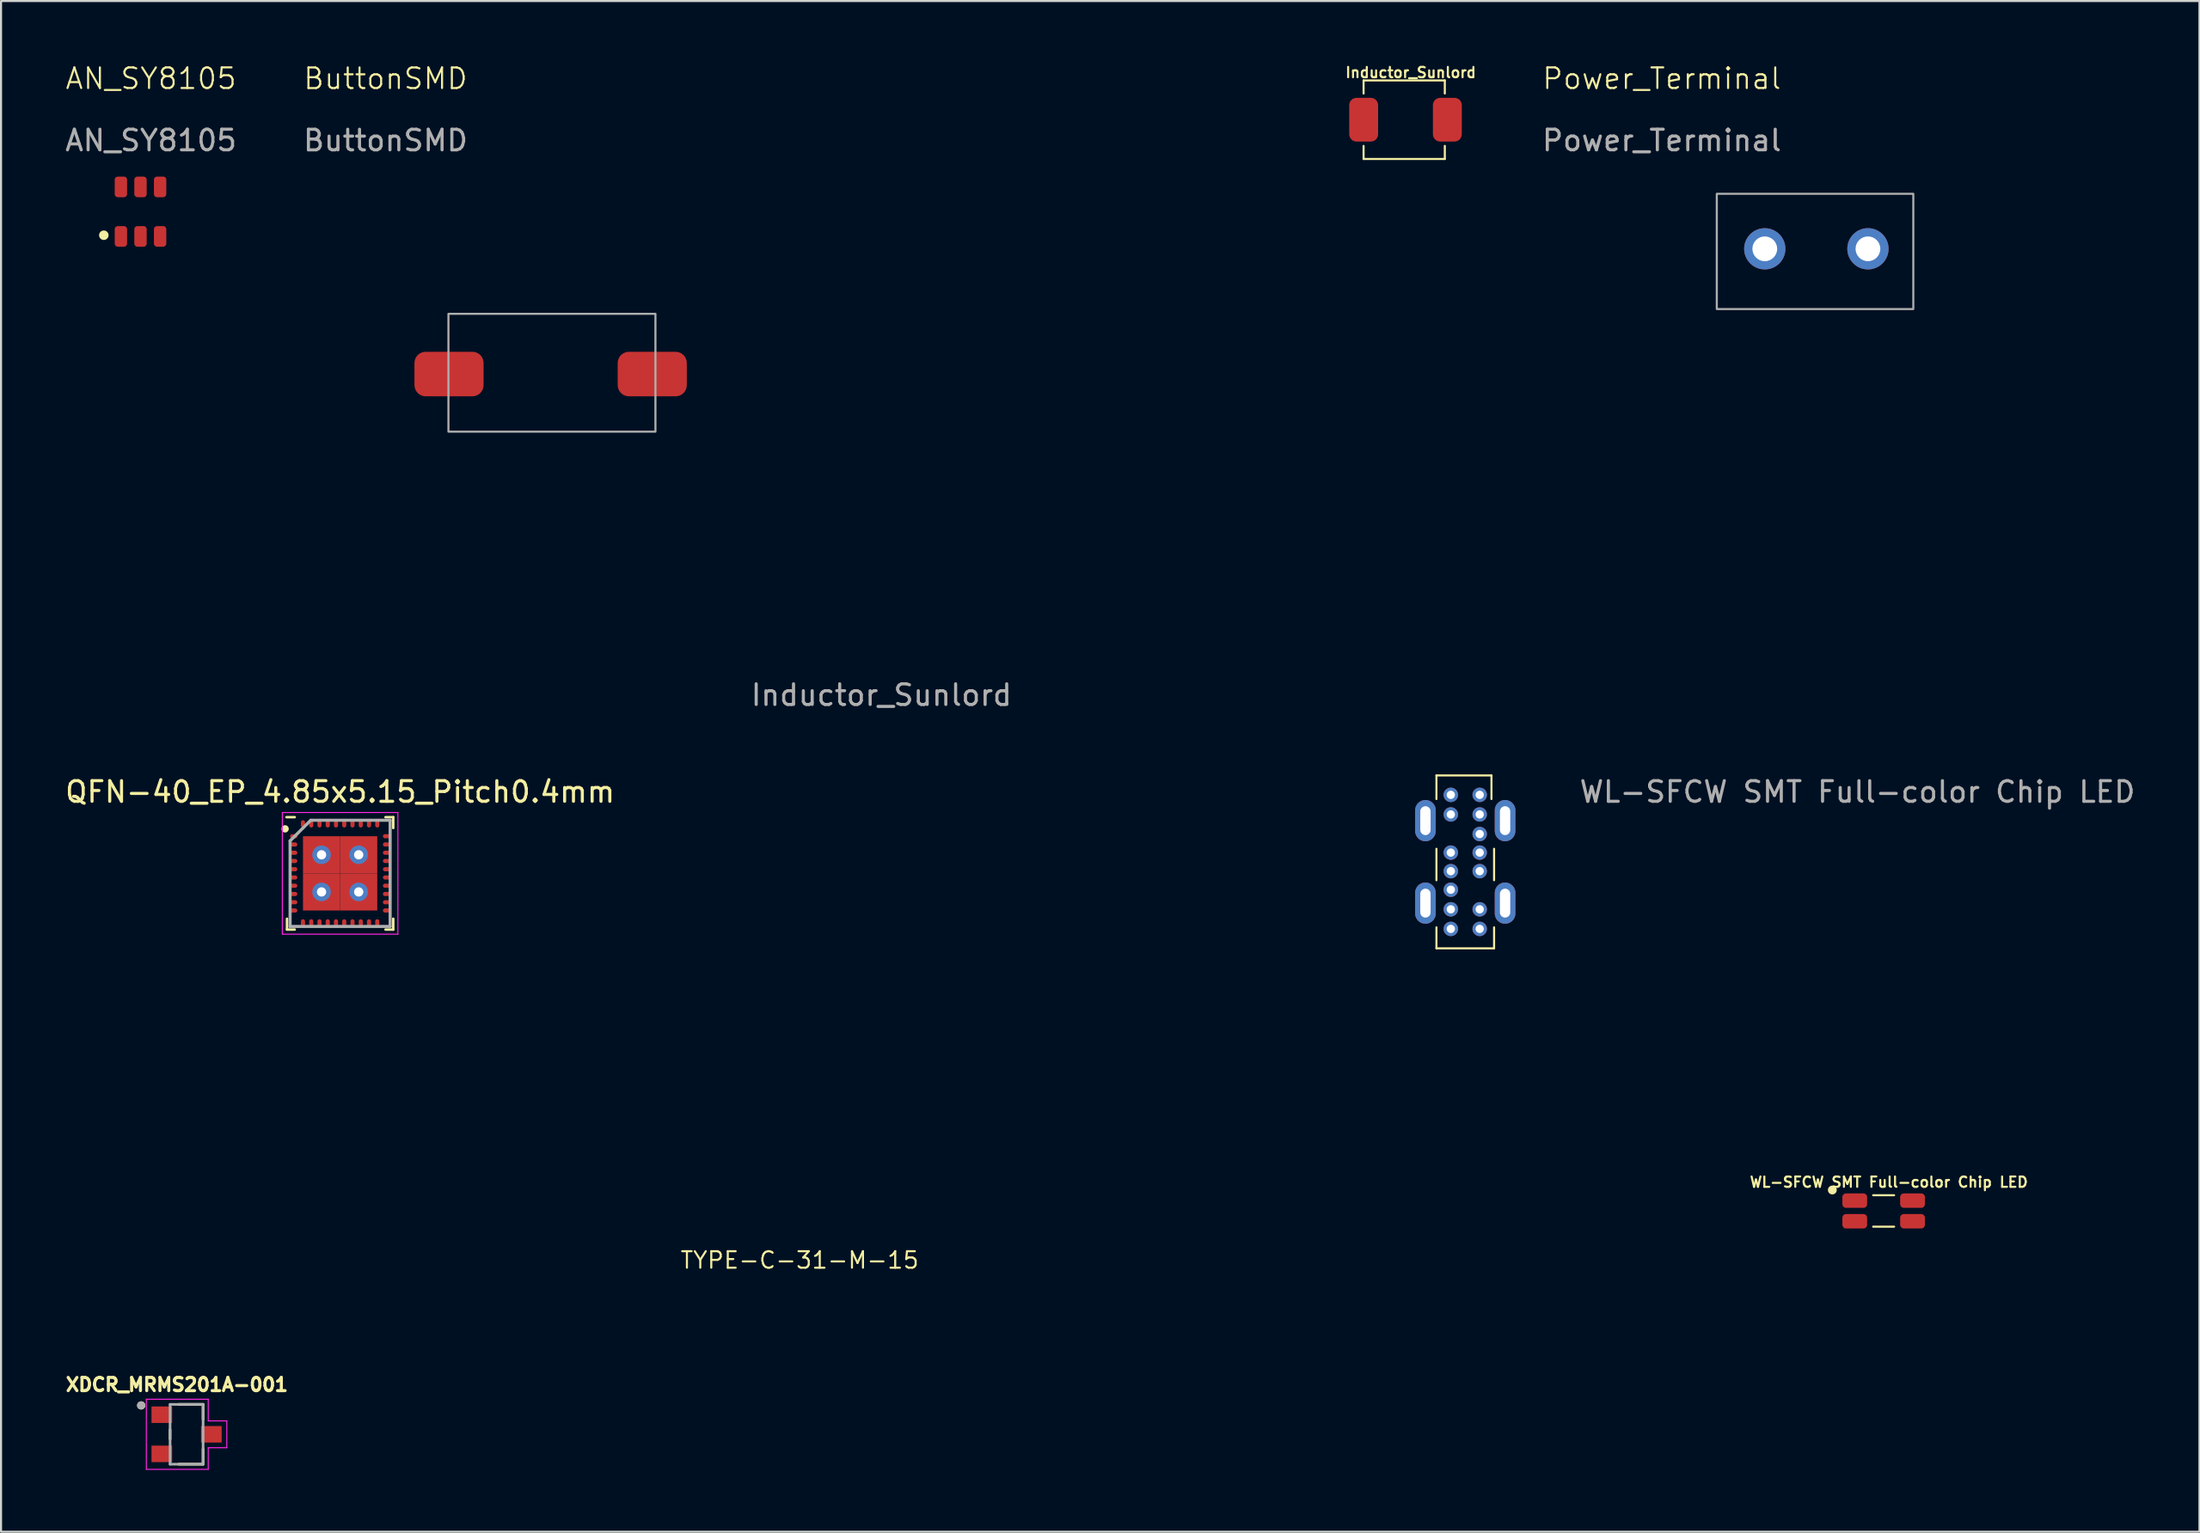
<source format=kicad_pcb>
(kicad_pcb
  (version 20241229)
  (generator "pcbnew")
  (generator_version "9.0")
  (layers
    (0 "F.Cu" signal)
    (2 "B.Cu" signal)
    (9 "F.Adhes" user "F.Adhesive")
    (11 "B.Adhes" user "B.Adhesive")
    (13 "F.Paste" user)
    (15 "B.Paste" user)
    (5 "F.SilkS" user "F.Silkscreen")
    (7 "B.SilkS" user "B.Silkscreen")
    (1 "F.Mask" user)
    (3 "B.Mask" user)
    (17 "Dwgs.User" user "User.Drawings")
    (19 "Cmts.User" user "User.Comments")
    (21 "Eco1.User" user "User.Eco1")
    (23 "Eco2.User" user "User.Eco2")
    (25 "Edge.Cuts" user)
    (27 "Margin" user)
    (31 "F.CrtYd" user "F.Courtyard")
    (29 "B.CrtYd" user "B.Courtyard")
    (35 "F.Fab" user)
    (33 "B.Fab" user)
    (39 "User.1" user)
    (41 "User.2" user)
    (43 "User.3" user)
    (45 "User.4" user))
  (footprint "WL-SFCW SMT Full-color Chip LED"
    (layer "F.Cu")
    (at 88.246 55.67)
    (property "Reference" "WL-SFCW SMT Full-color Chip LED" (at 0.254 -1.397 0) (unlocked yes) (layer "F.SilkS") (effects (font (size 0.5 0.5) (thickness 0.1))))
    (attr smd)
    (fp_line (start -0.508 -0.762) (end 0.508 -0.762) (stroke (width 0.1) (type default)) (layer "F.SilkS"))
    (fp_line (start -0.508 0.762) (end 0.508 0.762) (stroke (width 0.1) (type default)) (layer "F.SilkS"))
    (fp_circle (center -2.487 -1.016) (end -2.308 -1.016) (stroke (width 0.07) (type solid)) (fill yes) (layer "F.SilkS"))
    (fp_text user "${REFERENCE}" (at -1.27 -20.32 0) (unlocked yes) (layer "F.Fab") (effects (font (size 1 1) (thickness 0.15))))
    (pad "1" smd roundrect (at -1.4 -0.5) (size 1.2 0.7) (layers "F.Cu" "F.Mask" "F.Paste") (roundrect_rratio 0.25))
    (pad "2" smd roundrect (at 1.4 -0.5) (size 1.2 0.7) (layers "F.Cu" "F.Mask" "F.Paste") (roundrect_rratio 0.25))
    (pad "3" smd roundrect (at 1.4 0.5) (size 1.2 0.7) (layers "F.Cu" "F.Mask" "F.Paste") (roundrect_rratio 0.25))
    (pad "4" smd roundrect (at -1.4 0.5) (size 1.2 0.7) (layers "F.Cu" "F.Mask" "F.Paste") (roundrect_rratio 0.25)))
  (footprint "AN_SY8105"
    (layer "F.Cu")
    (at 3.76 7.213)
    (property "Reference" "AN_SY8105" (at 0.508 -6.453 0) (unlocked yes) (layer "F.SilkS") (effects (font (size 1 1) (thickness 0.1))))
    (attr smd)
    (fp_circle (center -1.778 1.143) (end -1.598 1.143) (stroke (width 0.1) (type solid)) (fill yes) (layer "F.SilkS"))
    (fp_text user "${REFERENCE}" (at 0.508 -3.453 0) (unlocked yes) (layer "F.Fab") (effects (font (size 1 1) (thickness 0.15))))
    (pad "1" smd roundrect (at -0.95 1.2 90) (size 1 0.6) (layers "F.Cu" "F.Mask" "F.Paste") (roundrect_rratio 0.25))
    (pad "2" smd roundrect (at 0 1.2 90) (size 1 0.6) (layers "F.Cu" "F.Mask" "F.Paste") (roundrect_rratio 0.25))
    (pad "3" smd roundrect (at 0.95 1.2 90) (size 1 0.6) (layers "F.Cu" "F.Mask" "F.Paste") (roundrect_rratio 0.25))
    (pad "4" smd roundrect (at 0.95 -1.2 90) (size 1 0.6) (layers "F.Cu" "F.Mask" "F.Paste") (roundrect_rratio 0.25))
    (pad "5" smd roundrect (at 0 -1.2 90) (size 1 0.6) (layers "F.Cu" "F.Mask" "F.Paste") (roundrect_rratio 0.25))
    (pad "6" smd roundrect (at -0.95 -1.2 90) (size 1 0.6) (layers "F.Cu" "F.Mask" "F.Paste") (roundrect_rratio 0.25)))
  (footprint "XDCR_MRMS201A-001"
    (layer "F.Cu")
    (at 5.993 66.5)
    (property "Reference" "XDCR_MRMS201A-001" (at -0.468 -2.406 0) (layer "F.SilkS") (effects (font (size 0.64 0.64) (thickness 0.15))))
    (attr smd)
    (fp_line (start -0.8 -0.23) (end -0.8 0.23) (stroke (width 0.127) (type solid)) (layer "F.SilkS"))
    (fp_line (start 0.8 -1.45) (end -0.38 -1.45) (stroke (width 0.127) (type solid)) (layer "F.SilkS"))
    (fp_line (start 0.8 -0.72) (end 0.8 -1.45) (stroke (width 0.127) (type solid)) (layer "F.SilkS"))
    (fp_line (start 0.8 0.72) (end 0.8 1.45) (stroke (width 0.127) (type solid)) (layer "F.SilkS"))
    (fp_line (start 0.8 1.45) (end -0.38 1.45) (stroke (width 0.127) (type solid)) (layer "F.SilkS"))
    (fp_circle (center -2.2 -1.4) (end -2.1 -1.4) (stroke (width 0.2) (type solid)) (fill no) (layer "F.SilkS"))
    (fp_line (start -1.95 -1.7) (end -1.95 1.7) (stroke (width 0.05) (type solid)) (layer "F.CrtYd"))
    (fp_line (start -1.95 1.7) (end 1.05 1.7) (stroke (width 0.05) (type solid)) (layer "F.CrtYd"))
    (fp_line (start 1.05 -1.7) (end -1.95 -1.7) (stroke (width 0.05) (type solid)) (layer "F.CrtYd"))
    (fp_line (start 1.05 -0.65) (end 1.05 -1.7) (stroke (width 0.05) (type solid)) (layer "F.CrtYd"))
    (fp_line (start 1.05 0.65) (end 1.95 0.65) (stroke (width 0.05) (type solid)) (layer "F.CrtYd"))
    (fp_line (start 1.05 1.7) (end 1.05 0.65) (stroke (width 0.05) (type solid)) (layer "F.CrtYd"))
    (fp_line (start 1.95 -0.65) (end 1.05 -0.65) (stroke (width 0.05) (type solid)) (layer "F.CrtYd"))
    (fp_line (start 1.95 0.65) (end 1.95 -0.65) (stroke (width 0.05) (type solid)) (layer "F.CrtYd"))
    (fp_line (start -0.8 -1.45) (end 0.8 -1.45) (stroke (width 0.127) (type solid)) (layer "F.Fab"))
    (fp_line (start -0.8 1.45) (end -0.8 -1.45) (stroke (width 0.127) (type solid)) (layer "F.Fab"))
    (fp_line (start 0.8 -1.45) (end 0.8 1.45) (stroke (width 0.127) (type solid)) (layer "F.Fab"))
    (fp_line (start 0.8 1.45) (end -0.8 1.45) (stroke (width 0.127) (type solid)) (layer "F.Fab"))
    (fp_circle (center -2.2 -1.4) (end -2.1 -1.4) (stroke (width 0.2) (type solid)) (fill no) (layer "F.Fab"))
    (pad "1" smd rect (at -1.2 -0.95) (size 1 0.8) (layers "F.Cu" "F.Mask" "F.Paste"))
    (pad "2" smd rect (at 1.2 0) (size 1 0.8) (layers "F.Cu" "F.Mask" "F.Paste"))
    (pad "3" smd rect (at -1.2 0.95) (size 1 0.8) (layers "F.Cu" "F.Mask" "F.Paste")))
  (footprint "TYPE-C-31-M-15"
    (layer "F.Cu")
    (at 35.71 60.206)
    (property "Reference" "TYPE-C-31-M-15" (at 0 -2.15 180) (layer "F.SilkS") (effects (font (size 0.8 0.8) (thickness 0.1))))
    (attr smd)
    (fp_line (start 30.861 -24.511) (end 30.861 -25.654) (stroke (width 0.1) (type default)) (layer "F.SilkS"))
    (fp_line (start 30.861 -22.098) (end 30.861 -20.574) (stroke (width 0.1) (type default)) (layer "F.SilkS"))
    (fp_line (start 30.861 -18.288) (end 30.861 -17.272) (stroke (width 0.1) (type default)) (layer "F.SilkS"))
    (fp_line (start 30.861 -17.272) (end 33.655 -17.272) (stroke (width 0.1) (type default)) (layer "F.SilkS"))
    (fp_line (start 33.528 -25.654) (end 30.861 -25.654) (stroke (width 0.1) (type default)) (layer "F.SilkS"))
    (fp_line (start 33.528 -25.654) (end 33.528 -24.511) (stroke (width 0.1) (type default)) (layer "F.SilkS"))
    (fp_line (start 33.655 -20.574) (end 33.655 -22.098) (stroke (width 0.1) (type default)) (layer "F.SilkS"))
    (fp_line (start 33.655 -17.272) (end 33.655 -18.288) (stroke (width 0.1) (type default)) (layer "F.SilkS"))
    (pad "1" thru_hole oval (at 32.958 -24.713 180) (size 0.7 0.7) (drill 0.4) (layers "*.Cu" "*.Mask"))
    (pad "2" thru_hole oval (at 32.958 -23.763 180) (size 0.7 0.7) (drill 0.4) (layers "*.Cu" "*.Mask"))
    (pad "3" thru_hole oval (at 32.958 -22.813 180) (size 0.7 0.7) (drill 0.4) (layers "*.Cu" "*.Mask"))
    (pad "4" thru_hole oval (at 32.958 -21.913 180) (size 0.7 0.7) (drill 0.4) (layers "*.Cu" "*.Mask"))
    (pad "5" thru_hole oval (at 32.958 -21.013 180) (size 0.7 0.7) (drill 0.4) (layers "*.Cu" "*.Mask"))
    (pad "7" thru_hole oval (at 32.958 -19.163 180) (size 0.7 0.7) (drill 0.4) (layers "*.Cu" "*.Mask"))
    (pad "8" thru_hole oval (at 32.958 -18.213 180) (size 0.7 0.7) (drill 0.4) (layers "*.Cu" "*.Mask"))
    (pad "9" thru_hole oval (at 31.558 -18.213 180) (size 0.7 0.7) (drill 0.4) (layers "*.Cu" "*.Mask"))
    (pad "10" thru_hole oval (at 31.558 -19.163 180) (size 0.7 0.7) (drill 0.4) (layers "*.Cu" "*.Mask"))
    (pad "11" thru_hole oval (at 31.558 -20.113 180) (size 0.7 0.7) (drill 0.4) (layers "*.Cu" "*.Mask"))
    (pad "12" thru_hole oval (at 31.558 -21.013 180) (size 0.7 0.7) (drill 0.4) (layers "*.Cu" "*.Mask"))
    (pad "13" thru_hole oval (at 31.558 -21.913 180) (size 0.7 0.7) (drill 0.4) (layers "*.Cu" "*.Mask"))
    (pad "15" thru_hole oval (at 31.558 -23.763 180) (size 0.7 0.7) (drill 0.4) (layers "*.Cu" "*.Mask"))
    (pad "16" thru_hole oval (at 31.558 -24.713 180) (size 0.7 0.7) (drill 0.4) (layers "*.Cu" "*.Mask"))
    (pad "S1" thru_hole oval (at 30.328 -23.463 180) (size 1 2) (drill oval 0.5 1.4) (layers "*.Cu" "*.Mask"))
    (pad "S1" thru_hole oval (at 30.328 -19.463 180) (size 1 2) (drill oval 0.5 1.4) (layers "*.Cu" "*.Mask"))
    (pad "S1" thru_hole oval (at 34.188 -23.463 180) (size 1 2) (drill oval 0.5 1.4) (layers "*.Cu" "*.Mask"))
    (pad "S1" thru_hole oval (at 34.188 -19.463 180) (size 1 2) (drill oval 0.5 1.4) (layers "*.Cu" "*.Mask")))
  (footprint "ButtonSMD"
    (layer "F.Cu")
    (at 23.638 15.088)
    (property "Reference" "ButtonSMD" (at -8.001 -14.327 0) (unlocked yes) (layer "F.SilkS") (effects (font (size 1 1) (thickness 0.1))))
    (attr smd)
    (fp_rect (start -4.953 -2.921) (end 5.08 2.794) (stroke (width 0.1) (type default)) (fill no) (layer "F.Fab"))
    (fp_text user "${REFERENCE}" (at -8.001 -11.327 0) (unlocked yes) (layer "F.Fab") (effects (font (size 1 1) (thickness 0.15))))
    (pad "1" smd roundrect (at -4.925 0) (size 3.35 2.16) (layers "F.Cu" "F.Mask" "F.Paste") (roundrect_rratio 0.25))
    (pad "2" smd roundrect (at 4.925 0) (size 3.35 2.16) (layers "F.Cu" "F.Mask" "F.Paste") (roundrect_rratio 0.25)))
  (footprint "Power_Terminal"
    (layer "F.Cu")
    (at 84.985 9.015)
    (property "Reference" "Power_Terminal" (at -7.493 -8.255 0) (unlocked yes) (layer "F.SilkS") (effects (font (size 1 1) (thickness 0.1))))
    (attr through_hole)
    (fp_rect (start -4.826 -2.667) (end 4.699 2.921) (stroke (width 0.1) (type default)) (fill no) (layer "F.Fab"))
    (fp_text user "${REFERENCE}" (at -7.493 -5.255 0) (unlocked yes) (layer "F.Fab") (effects (font (size 1 1) (thickness 0.15))))
    (pad "1" thru_hole circle (at -2.5 0) (size 2 2) (drill 1.2) (layers "*.Cu" "*.Mask"))
    (pad "2" thru_hole circle (at 2.5 0) (size 2 2) (drill 1.2) (layers "*.Cu" "*.Mask")))
  (footprint "Inductor_Sunlord"
    (layer "F.Cu")
    (at 65.072 2.754)
    (property "Reference" "Inductor_Sunlord" (at 0.254 -2.286 0) (unlocked yes) (layer "F.SilkS") (effects (font (size 0.5 0.5) (thickness 0.1) (bold yes))))
    (attr smd)
    (fp_line (start -2.032 -1.905) (end 1.905 -1.905) (stroke (width 0.1) (type default)) (layer "F.SilkS"))
    (fp_line (start -2.032 -1.27) (end -2.032 -1.905) (stroke (width 0.1) (type default)) (layer "F.SilkS"))
    (fp_line (start -2.032 1.905) (end -2.032 1.27) (stroke (width 0.1) (type default)) (layer "F.SilkS"))
    (fp_line (start 1.905 -1.905) (end 1.905 -1.27) (stroke (width 0.1) (type default)) (layer "F.SilkS"))
    (fp_line (start 1.905 1.27) (end 1.905 1.905) (stroke (width 0.1) (type default)) (layer "F.SilkS"))
    (fp_line (start 1.905 1.905) (end -2.032 1.905) (stroke (width 0.1) (type default)) (layer "F.SilkS"))
    (fp_text user "${REFERENCE}" (at -25.4 27.9 0) (unlocked yes) (layer "F.Fab") (effects (font (size 1 1) (thickness 0.15))))
    (pad "1" smd roundrect (at -2.028 0) (size 1.4 2.12) (layers "F.Cu" "F.Mask" "F.Paste") (roundrect_rratio 0.25))
    (pad "2" smd roundrect (at 2.028 0) (size 1.4 2.12) (layers "F.Cu" "F.Mask" "F.Paste") (roundrect_rratio 0.25)))
  (footprint "QFN-40_EP_4.85x5.15_Pitch0.4mm"
    (layer "F.Cu")
    (at 13.435 39.3)
    (property "Reference" "QFN-40_EP_4.85x5.15_Pitch0.4mm" (at 0 -3.95 0) (layer "F.SilkS") (effects (font (size 1 1) (thickness 0.15))))
    (attr through_hole)
    (fp_line (start -2.575 2.725) (end -2.575 2.2) (stroke (width 0.12) (type default)) (layer "F.SilkS"))
    (fp_line (start -2.2 -2.725) (end -2.6 -2.725) (stroke (width 0.12) (type default)) (layer "F.SilkS"))
    (fp_line (start -2.2 2.725) (end -2.575 2.725) (stroke (width 0.12) (type default)) (layer "F.SilkS"))
    (fp_line (start 2.2 -2.725) (end 2.575 -2.725) (stroke (width 0.12) (type default)) (layer "F.SilkS"))
    (fp_line (start 2.2 2.725) (end 2.575 2.725) (stroke (width 0.12) (type default)) (layer "F.SilkS"))
    (fp_line (start 2.575 -2.725) (end 2.575 -2.2) (stroke (width 0.12) (type default)) (layer "F.SilkS"))
    (fp_line (start 2.575 2.725) (end 2.575 2.2) (stroke (width 0.12) (type default)) (layer "F.SilkS"))
    (fp_circle (center -2.667 -2.159) (end -2.54 -2.159) (stroke (width 0.1) (type solid)) (fill yes) (layer "F.SilkS"))
    (fp_line (start -2.8 -2.95) (end 2.8 -2.95) (stroke (width 0.05) (type default)) (layer "F.CrtYd"))
    (fp_line (start -2.8 2.95) (end -2.8 -2.95) (stroke (width 0.05) (type default)) (layer "F.CrtYd"))
    (fp_line (start 2.8 -2.95) (end 2.8 2.95) (stroke (width 0.05) (type default)) (layer "F.CrtYd"))
    (fp_line (start 2.8 2.95) (end -2.8 2.95) (stroke (width 0.05) (type default)) (layer "F.CrtYd"))
    (fp_line (start -2.425 -1.575) (end -2.425 2.575) (stroke (width 0.15) (type default)) (layer "F.Fab"))
    (fp_line (start -2.425 2.575) (end 2.425 2.575) (stroke (width 0.15) (type default)) (layer "F.Fab"))
    (fp_line (start -1.425 -2.575) (end -2.425 -1.575) (stroke (width 0.15) (type default)) (layer "F.Fab"))
    (fp_line (start 2.425 -2.575) (end -1.425 -2.575) (stroke (width 0.15) (type default)) (layer "F.Fab"))
    (fp_line (start 2.425 2.575) (end 2.425 -2.575) (stroke (width 0.15) (type default)) (layer "F.Fab"))
    (pad "1" smd oval (at -2.25 -1.8 90) (size 0.2 0.35) (layers "F.Cu" "F.Mask" "F.Paste"))
    (pad "2" smd oval (at -2.25 -1.4 90) (size 0.2 0.35) (layers "F.Cu" "F.Mask" "F.Paste"))
    (pad "3" smd oval (at -2.25 -1 90) (size 0.2 0.35) (layers "F.Cu" "F.Mask" "F.Paste"))
    (pad "4" smd oval (at -2.25 -0.6 90) (size 0.2 0.35) (layers "F.Cu" "F.Mask" "F.Paste"))
    (pad "5" smd oval (at -2.25 -0.2 90) (size 0.2 0.35) (layers "F.Cu" "F.Mask" "F.Paste"))
    (pad "6" smd oval (at -2.25 0.2 90) (size 0.2 0.35) (layers "F.Cu" "F.Mask" "F.Paste"))
    (pad "7" smd oval (at -2.25 0.6 90) (size 0.2 0.35) (layers "F.Cu" "F.Mask" "F.Paste"))
    (pad "8" smd oval (at -2.25 1 90) (size 0.2 0.35) (layers "F.Cu" "F.Mask" "F.Paste"))
    (pad "9" smd oval (at -2.25 1.4 90) (size 0.2 0.35) (layers "F.Cu" "F.Mask" "F.Paste"))
    (pad "10" smd oval (at -2.25 1.8 90) (size 0.2 0.35) (layers "F.Cu" "F.Mask" "F.Paste"))
    (pad "11" smd oval (at -1.8 2.4) (size 0.2 0.35) (layers "F.Cu" "F.Mask" "F.Paste"))
    (pad "12" smd oval (at -1.4 2.4) (size 0.2 0.35) (layers "F.Cu" "F.Mask" "F.Paste"))
    (pad "13" smd oval (at -1 2.4) (size 0.2 0.35) (layers "F.Cu" "F.Mask" "F.Paste"))
    (pad "14" smd oval (at -0.6 2.4) (size 0.2 0.35) (layers "F.Cu" "F.Mask" "F.Paste"))
    (pad "15" smd oval (at -0.2 2.4) (size 0.2 0.35) (layers "F.Cu" "F.Mask" "F.Paste"))
    (pad "16" smd oval (at 0.2 2.4) (size 0.2 0.35) (layers "F.Cu" "F.Mask" "F.Paste"))
    (pad "17" smd oval (at 0.6 2.4) (size 0.2 0.35) (layers "F.Cu" "F.Mask" "F.Paste"))
    (pad "18" smd oval (at 1 2.4) (size 0.2 0.35) (layers "F.Cu" "F.Mask" "F.Paste"))
    (pad "19" smd oval (at 1.4 2.4) (size 0.2 0.35) (layers "F.Cu" "F.Mask" "F.Paste"))
    (pad "20" smd oval (at 1.8 2.4) (size 0.2 0.35) (layers "F.Cu" "F.Mask" "F.Paste"))
    (pad "21" smd oval (at 2.25 1.8 90) (size 0.2 0.35) (layers "F.Cu" "F.Mask" "F.Paste"))
    (pad "22" smd oval (at 2.25 1.4 90) (size 0.2 0.35) (layers "F.Cu" "F.Mask" "F.Paste"))
    (pad "23" smd oval (at 2.25 1 90) (size 0.2 0.35) (layers "F.Cu" "F.Mask" "F.Paste"))
    (pad "24" smd oval (at 2.25 0.6 90) (size 0.2 0.35) (layers "F.Cu" "F.Mask" "F.Paste"))
    (pad "25" smd oval (at 2.25 0.2 90) (size 0.2 0.35) (layers "F.Cu" "F.Mask" "F.Paste"))
    (pad "26" smd oval (at 2.25 -0.2 90) (size 0.2 0.35) (layers "F.Cu" "F.Mask" "F.Paste"))
    (pad "27" smd oval (at 2.25 -0.6 90) (size 0.2 0.35) (layers "F.Cu" "F.Mask" "F.Paste"))
    (pad "28" smd oval (at 2.25 -1 90) (size 0.2 0.35) (layers "F.Cu" "F.Mask" "F.Paste"))
    (pad "29" smd oval (at 2.25 -1.4 90) (size 0.2 0.35) (layers "F.Cu" "F.Mask" "F.Paste"))
    (pad "30" smd oval (at 2.25 -1.8 90) (size 0.2 0.35) (layers "F.Cu" "F.Mask" "F.Paste"))
    (pad "31" smd oval (at 1.8 -2.4) (size 0.2 0.35) (layers "F.Cu" "F.Mask" "F.Paste"))
    (pad "32" smd oval (at 1.4 -2.4) (size 0.2 0.35) (layers "F.Cu" "F.Mask" "F.Paste"))
    (pad "33" smd oval (at 1 -2.4) (size 0.2 0.35) (layers "F.Cu" "F.Mask" "F.Paste"))
    (pad "34" smd oval (at 0.6 -2.4) (size 0.2 0.35) (layers "F.Cu" "F.Mask" "F.Paste"))
    (pad "35" smd oval (at 0.2 -2.4) (size 0.2 0.35) (layers "F.Cu" "F.Mask" "F.Paste"))
    (pad "36" smd oval (at -0.2 -2.4) (size 0.2 0.35) (layers "F.Cu" "F.Mask" "F.Paste"))
    (pad "37" smd oval (at -0.6 -2.4) (size 0.2 0.35) (layers "F.Cu" "F.Mask" "F.Paste"))
    (pad "38" smd oval (at -1 -2.4) (size 0.2 0.35) (layers "F.Cu" "F.Mask" "F.Paste"))
    (pad "39" smd oval (at -1.4 -2.4) (size 0.2 0.35) (layers "F.Cu" "F.Mask" "F.Paste"))
    (pad "40" smd oval (at -1.8 -2.4) (size 0.2 0.35) (layers "F.Cu" "F.Mask" "F.Paste"))
    (pad "41" thru_hole circle (at -0.9 -0.9) (size 0.9 0.9) (drill 0.45) (layers "*.Cu" "*.Mask"))
    (pad "41" smd rect (at -0.9 -0.9) (size 1.8 1.8) (layers "F.Cu" "F.Mask" "F.Paste"))
    (pad "41" thru_hole circle (at -0.9 0.9) (size 0.9 0.9) (drill 0.45) (layers "*.Cu" "*.Mask"))
    (pad "41" smd rect (at -0.9 0.9) (size 1.8 1.8) (layers "F.Cu" "F.Mask" "F.Paste"))
    (pad "41" thru_hole circle (at 0.9 -0.9) (size 0.9 0.9) (drill 0.45) (layers "*.Cu" "*.Mask"))
    (pad "41" smd rect (at 0.9 -0.9) (size 1.8 1.8) (layers "F.Cu" "F.Mask" "F.Paste"))
    (pad "41" thru_hole circle (at 0.9 0.9) (size 0.9 0.9) (drill 0.45) (layers "*.Cu" "*.Mask"))
    (pad "41" smd rect (at 0.9 0.9) (size 1.8 1.8) (layers "F.Cu" "F.Mask" "F.Paste")))
  (gr_rect
    (start -3 -3)
    (end 103.553 71.225)
    (stroke (width 0.1) (type default))
    (fill no)
    (layer "Edge.Cuts")))
</source>
